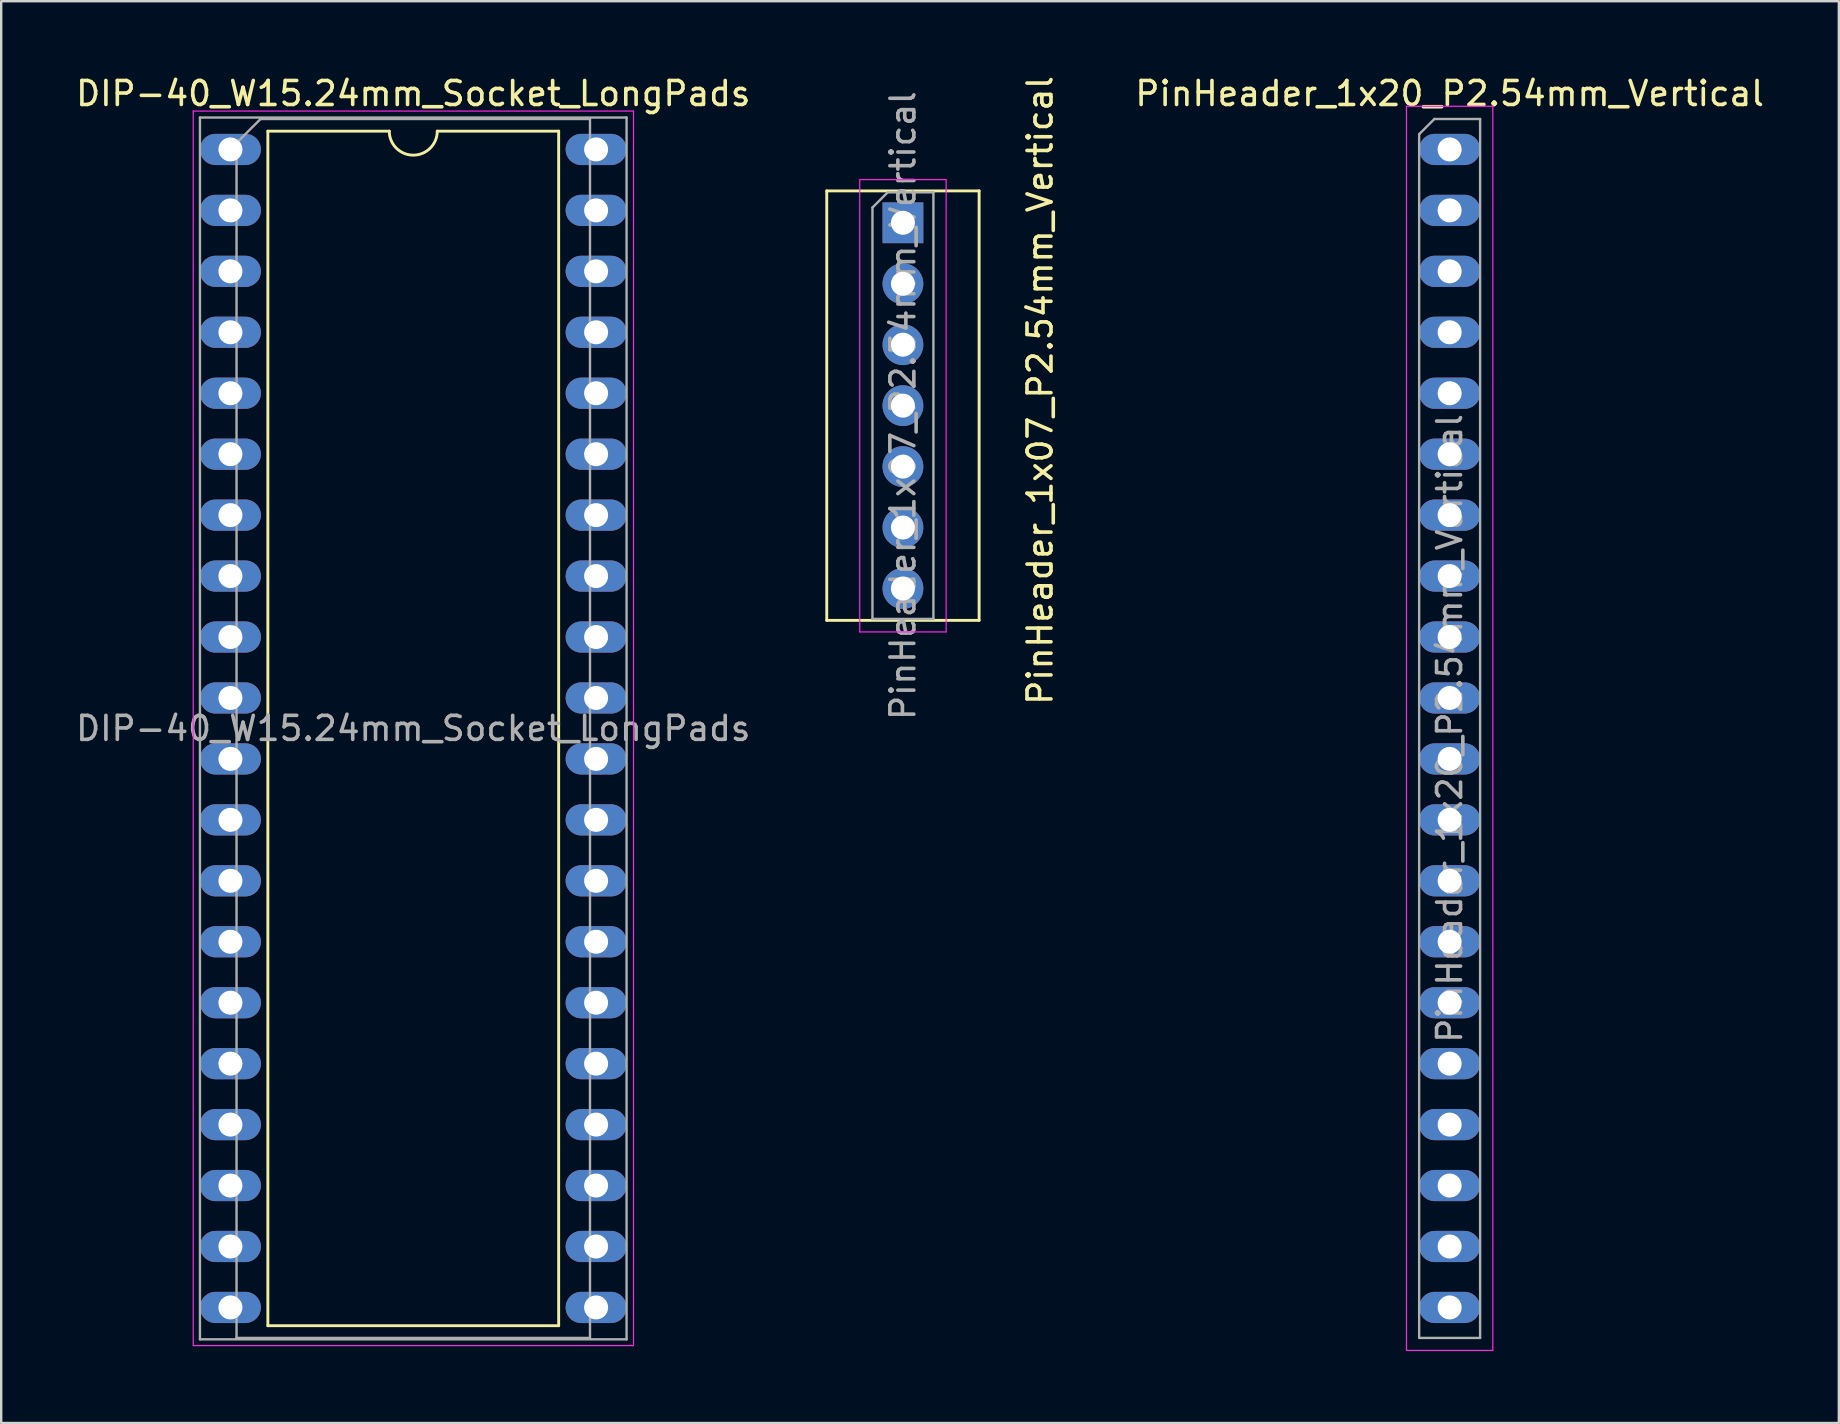
<source format=kicad_pcb>
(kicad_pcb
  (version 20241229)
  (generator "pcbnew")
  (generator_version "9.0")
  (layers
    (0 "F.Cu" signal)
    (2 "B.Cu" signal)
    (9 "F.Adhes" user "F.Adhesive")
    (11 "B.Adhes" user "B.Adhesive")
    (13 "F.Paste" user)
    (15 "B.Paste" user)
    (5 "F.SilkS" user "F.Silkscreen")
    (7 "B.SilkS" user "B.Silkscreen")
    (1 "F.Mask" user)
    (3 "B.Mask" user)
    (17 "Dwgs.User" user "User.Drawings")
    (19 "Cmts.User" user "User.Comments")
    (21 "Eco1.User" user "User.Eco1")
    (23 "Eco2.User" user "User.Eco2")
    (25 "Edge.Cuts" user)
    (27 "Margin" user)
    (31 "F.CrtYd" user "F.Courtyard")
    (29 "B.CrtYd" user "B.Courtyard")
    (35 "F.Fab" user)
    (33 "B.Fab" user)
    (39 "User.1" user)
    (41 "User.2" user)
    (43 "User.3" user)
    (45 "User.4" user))
  (footprint "DIP-40_W15.24mm_Socket_LongPads"
    (layer "F.Cu")
    (at 6.553 3.178)
    (property "Reference" "DIP-40_W15.24mm_Socket_LongPads" (at 7.62 -2.33 0) (layer "F.SilkS") (effects (font (size 1 1) (thickness 0.15))))
    (attr through_hole)
    (fp_line (start 1.56 -0.762) (end 1.56 49.022) (stroke (width 0.12) (type solid)) (layer "F.SilkS"))
    (fp_line (start 1.56 49.022) (end 13.68 49.022) (stroke (width 0.12) (type solid)) (layer "F.SilkS"))
    (fp_line (start 6.62 -0.762) (end 1.56 -0.762) (stroke (width 0.12) (type solid)) (layer "F.SilkS"))
    (fp_line (start 13.68 -0.762) (end 8.62 -0.762) (stroke (width 0.12) (type solid)) (layer "F.SilkS"))
    (fp_line (start 13.68 49.022) (end 13.68 -0.762) (stroke (width 0.12) (type solid)) (layer "F.SilkS"))
    (fp_arc (start 8.62 -0.762) (mid 7.62 0.238) (end 6.62 -0.762) (stroke (width 0.12) (type solid)) (layer "F.SilkS"))
    (fp_line (start -1.55 -1.6) (end -1.55 49.85) (stroke (width 0.05) (type solid)) (layer "F.CrtYd"))
    (fp_line (start -1.55 49.85) (end 16.8 49.85) (stroke (width 0.05) (type solid)) (layer "F.CrtYd"))
    (fp_line (start 16.8 -1.6) (end -1.55 -1.6) (stroke (width 0.05) (type solid)) (layer "F.CrtYd"))
    (fp_line (start 16.8 49.85) (end 16.8 -1.6) (stroke (width 0.05) (type solid)) (layer "F.CrtYd"))
    (fp_line (start -1.27 -1.33) (end -1.27 49.59) (stroke (width 0.1) (type solid)) (layer "F.Fab"))
    (fp_line (start -1.27 49.59) (end 16.51 49.59) (stroke (width 0.1) (type solid)) (layer "F.Fab"))
    (fp_line (start 0.255 -0.27) (end 1.255 -1.27) (stroke (width 0.1) (type solid)) (layer "F.Fab"))
    (fp_line (start 0.255 49.53) (end 0.255 -0.27) (stroke (width 0.1) (type solid)) (layer "F.Fab"))
    (fp_line (start 1.255 -1.27) (end 14.985 -1.27) (stroke (width 0.1) (type solid)) (layer "F.Fab"))
    (fp_line (start 14.985 -1.27) (end 14.985 49.53) (stroke (width 0.1) (type solid)) (layer "F.Fab"))
    (fp_line (start 14.985 49.53) (end 0.255 49.53) (stroke (width 0.1) (type solid)) (layer "F.Fab"))
    (fp_line (start 16.51 -1.33) (end -1.27 -1.33) (stroke (width 0.1) (type solid)) (layer "F.Fab"))
    (fp_line (start 16.51 49.59) (end 16.51 -1.33) (stroke (width 0.1) (type solid)) (layer "F.Fab"))
    (fp_text user "${REFERENCE}" (at 7.62 24.13 0) (layer "F.Fab") (effects (font (size 1 1) (thickness 0.15))))
    (pad "1" thru_hole oval (at 0 0) (size 2.54 1.3) (drill 1) (layers "*.Cu" "*.Mask"))
    (pad "2" thru_hole oval (at 0 2.54) (size 2.54 1.3) (drill 1) (layers "*.Cu" "*.Mask"))
    (pad "3" thru_hole oval (at 0 5.08) (size 2.54 1.3) (drill 1) (layers "*.Cu" "*.Mask"))
    (pad "4" thru_hole oval (at 0 7.62) (size 2.54 1.3) (drill 1) (layers "*.Cu" "*.Mask"))
    (pad "5" thru_hole oval (at 0 10.16) (size 2.54 1.3) (drill 1) (layers "*.Cu" "*.Mask"))
    (pad "6" thru_hole oval (at 0 12.7) (size 2.54 1.3) (drill 1) (layers "*.Cu" "*.Mask"))
    (pad "7" thru_hole oval (at 0 15.24) (size 2.54 1.3) (drill 1) (layers "*.Cu" "*.Mask"))
    (pad "8" thru_hole oval (at 0 17.78) (size 2.54 1.3) (drill 1) (layers "*.Cu" "*.Mask"))
    (pad "9" thru_hole oval (at 0 20.32) (size 2.54 1.3) (drill 1) (layers "*.Cu" "*.Mask"))
    (pad "10" thru_hole oval (at 0 22.86) (size 2.54 1.3) (drill 1) (layers "*.Cu" "*.Mask"))
    (pad "11" thru_hole oval (at 0 25.4) (size 2.54 1.3) (drill 1) (layers "*.Cu" "*.Mask"))
    (pad "12" thru_hole oval (at 0 27.94) (size 2.54 1.3) (drill 1) (layers "*.Cu" "*.Mask"))
    (pad "13" thru_hole oval (at 0 30.48) (size 2.54 1.3) (drill 1) (layers "*.Cu" "*.Mask"))
    (pad "14" thru_hole oval (at 0 33.02) (size 2.54 1.3) (drill 1) (layers "*.Cu" "*.Mask"))
    (pad "15" thru_hole oval (at 0 35.56) (size 2.54 1.3) (drill 1) (layers "*.Cu" "*.Mask"))
    (pad "16" thru_hole oval (at 0 38.1) (size 2.54 1.3) (drill 1) (layers "*.Cu" "*.Mask"))
    (pad "17" thru_hole oval (at 0 40.64) (size 2.54 1.3) (drill 1) (layers "*.Cu" "*.Mask"))
    (pad "18" thru_hole oval (at 0 43.18) (size 2.54 1.3) (drill 1) (layers "*.Cu" "*.Mask"))
    (pad "19" thru_hole oval (at 0 45.72) (size 2.54 1.3) (drill 1) (layers "*.Cu" "*.Mask"))
    (pad "20" thru_hole oval (at 0 48.26) (size 2.54 1.3) (drill 1) (layers "*.Cu" "*.Mask"))
    (pad "21" thru_hole oval (at 15.24 48.26) (size 2.54 1.3) (drill 1) (layers "*.Cu" "*.Mask"))
    (pad "22" thru_hole oval (at 15.24 45.72) (size 2.54 1.3) (drill 1) (layers "*.Cu" "*.Mask"))
    (pad "23" thru_hole oval (at 15.24 43.18) (size 2.54 1.3) (drill 1) (layers "*.Cu" "*.Mask"))
    (pad "24" thru_hole oval (at 15.24 40.64) (size 2.54 1.3) (drill 1) (layers "*.Cu" "*.Mask"))
    (pad "25" thru_hole oval (at 15.24 38.1) (size 2.54 1.3) (drill 1) (layers "*.Cu" "*.Mask"))
    (pad "26" thru_hole oval (at 15.24 35.56) (size 2.54 1.3) (drill 1) (layers "*.Cu" "*.Mask"))
    (pad "27" thru_hole oval (at 15.24 33.02) (size 2.54 1.3) (drill 1) (layers "*.Cu" "*.Mask"))
    (pad "28" thru_hole oval (at 15.24 30.48) (size 2.54 1.3) (drill 1) (layers "*.Cu" "*.Mask"))
    (pad "29" thru_hole oval (at 15.24 27.94) (size 2.54 1.3) (drill 1) (layers "*.Cu" "*.Mask"))
    (pad "30" thru_hole oval (at 15.24 25.4) (size 2.54 1.3) (drill 1) (layers "*.Cu" "*.Mask"))
    (pad "31" thru_hole oval (at 15.24 22.86) (size 2.54 1.3) (drill 1) (layers "*.Cu" "*.Mask"))
    (pad "32" thru_hole oval (at 15.24 20.32) (size 2.54 1.3) (drill 1) (layers "*.Cu" "*.Mask"))
    (pad "33" thru_hole oval (at 15.24 17.78) (size 2.54 1.3) (drill 1) (layers "*.Cu" "*.Mask"))
    (pad "34" thru_hole oval (at 15.24 15.24) (size 2.54 1.3) (drill 1) (layers "*.Cu" "*.Mask"))
    (pad "35" thru_hole oval (at 15.24 12.7) (size 2.54 1.3) (drill 1) (layers "*.Cu" "*.Mask"))
    (pad "36" thru_hole oval (at 15.24 10.16) (size 2.54 1.3) (drill 1) (layers "*.Cu" "*.Mask"))
    (pad "37" thru_hole oval (at 15.24 7.62) (size 2.54 1.3) (drill 1) (layers "*.Cu" "*.Mask"))
    (pad "38" thru_hole oval (at 15.24 5.08) (size 2.54 1.3) (drill 1) (layers "*.Cu" "*.Mask"))
    (pad "39" thru_hole oval (at 15.24 2.54) (size 2.54 1.3) (drill 1) (layers "*.Cu" "*.Mask"))
    (pad "40" thru_hole oval (at 15.24 0) (size 2.54 1.3) (drill 1) (layers "*.Cu" "*.Mask")))
  (footprint "PinHeader_1x07_P2.54mm_Vertical"
    (layer "F.Cu")
    (at 34.58 6.235)
    (property "Reference" "PinHeader_1x07_P2.54mm_Vertical" (at 5.715 6.985 90) (layer "F.SilkS") (effects (font (size 1 1) (thickness 0.15))))
    (attr through_hole)
    (fp_line (start -3.175 -1.33) (end -3.175 16.57) (stroke (width 0.12) (type solid)) (layer "F.SilkS"))
    (fp_line (start -3.175 -1.33) (end 3.175 -1.33) (stroke (width 0.12) (type solid)) (layer "F.SilkS"))
    (fp_line (start -3.175 16.57) (end 3.175 16.57) (stroke (width 0.12) (type solid)) (layer "F.SilkS"))
    (fp_line (start 3.175 -1.33) (end 3.175 16.57) (stroke (width 0.12) (type solid)) (layer "F.SilkS"))
    (fp_line (start -1.8 -1.8) (end -1.8 17.05) (stroke (width 0.05) (type solid)) (layer "F.CrtYd"))
    (fp_line (start -1.8 17.05) (end 1.8 17.05) (stroke (width 0.05) (type solid)) (layer "F.CrtYd"))
    (fp_line (start 1.8 -1.8) (end -1.8 -1.8) (stroke (width 0.05) (type solid)) (layer "F.CrtYd"))
    (fp_line (start 1.8 17.05) (end 1.8 -1.8) (stroke (width 0.05) (type solid)) (layer "F.CrtYd"))
    (fp_line (start -1.27 -0.635) (end -0.635 -1.27) (stroke (width 0.1) (type solid)) (layer "F.Fab"))
    (fp_line (start -1.27 16.51) (end -1.27 -0.635) (stroke (width 0.1) (type solid)) (layer "F.Fab"))
    (fp_line (start -0.635 -1.27) (end 1.27 -1.27) (stroke (width 0.1) (type solid)) (layer "F.Fab"))
    (fp_line (start 1.27 -1.27) (end 1.27 16.51) (stroke (width 0.1) (type solid)) (layer "F.Fab"))
    (fp_line (start 1.27 16.51) (end -1.27 16.51) (stroke (width 0.1) (type solid)) (layer "F.Fab"))
    (fp_text user "${REFERENCE}" (at 0 7.62 270) (layer "F.Fab") (effects (font (size 1 1) (thickness 0.15))))
    (pad "1" thru_hole rect (at 0 0) (size 1.7 1.7) (drill 1) (layers "*.Cu" "*.Mask"))
    (pad "2" thru_hole oval (at 0 2.54) (size 1.7 1.7) (drill 1) (layers "*.Cu" "*.Mask"))
    (pad "3" thru_hole oval (at 0 5.08) (size 1.7 1.7) (drill 1) (layers "*.Cu" "*.Mask"))
    (pad "4" thru_hole oval (at 0 7.62) (size 1.7 1.7) (drill 1) (layers "*.Cu" "*.Mask"))
    (pad "5" thru_hole oval (at 0 10.16) (size 1.7 1.7) (drill 1) (layers "*.Cu" "*.Mask"))
    (pad "6" thru_hole oval (at 0 12.7) (size 1.7 1.7) (drill 1) (layers "*.Cu" "*.Mask"))
    (pad "7" thru_hole oval (at 0 15.24) (size 1.7 1.7) (drill 1) (layers "*.Cu" "*.Mask")))
  (footprint "PinHeader_1x20_P2.54mm_Vertical"
    (layer "F.Cu")
    (at 57.364 3.178)
    (property "Reference" "PinHeader_1x20_P2.54mm_Vertical" (at 0 -2.33 0) (layer "F.SilkS") (effects (font (size 1 1) (thickness 0.15))))
    (attr through_hole)
    (fp_line (start -1.8 -1.8) (end -1.8 50.05) (stroke (width 0.05) (type solid)) (layer "F.CrtYd"))
    (fp_line (start -1.8 50.05) (end 1.8 50.05) (stroke (width 0.05) (type solid)) (layer "F.CrtYd"))
    (fp_line (start 1.8 -1.8) (end -1.8 -1.8) (stroke (width 0.05) (type solid)) (layer "F.CrtYd"))
    (fp_line (start 1.8 50.05) (end 1.8 -1.8) (stroke (width 0.05) (type solid)) (layer "F.CrtYd"))
    (fp_line (start -1.27 -0.635) (end -0.635 -1.27) (stroke (width 0.1) (type solid)) (layer "F.Fab"))
    (fp_line (start -1.27 49.53) (end -1.27 -0.635) (stroke (width 0.1) (type solid)) (layer "F.Fab"))
    (fp_line (start -0.635 -1.27) (end 1.27 -1.27) (stroke (width 0.1) (type solid)) (layer "F.Fab"))
    (fp_line (start 1.27 -1.27) (end 1.27 49.53) (stroke (width 0.1) (type solid)) (layer "F.Fab"))
    (fp_line (start 1.27 49.53) (end -1.27 49.53) (stroke (width 0.1) (type solid)) (layer "F.Fab"))
    (fp_text user "${REFERENCE}" (at 0 24.13 90) (layer "F.Fab") (effects (font (size 1 1) (thickness 0.15))))
    (pad "1" thru_hole oval (at 0 0) (size 2.54 1.3) (drill 1) (layers "*.Cu" "*.Mask"))
    (pad "2" thru_hole oval (at 0 2.54) (size 2.54 1.3) (drill 1) (layers "*.Cu" "*.Mask"))
    (pad "3" thru_hole oval (at 0 5.08) (size 2.54 1.3) (drill 1) (layers "*.Cu" "*.Mask"))
    (pad "4" thru_hole oval (at 0 7.62) (size 2.54 1.3) (drill 1) (layers "*.Cu" "*.Mask"))
    (pad "5" thru_hole oval (at 0 10.16) (size 2.54 1.3) (drill 1) (layers "*.Cu" "*.Mask"))
    (pad "6" thru_hole oval (at 0 12.7) (size 2.54 1.3) (drill 1) (layers "*.Cu" "*.Mask"))
    (pad "7" thru_hole oval (at 0 15.24) (size 2.54 1.3) (drill 1) (layers "*.Cu" "*.Mask"))
    (pad "8" thru_hole oval (at 0 17.78) (size 2.54 1.3) (drill 1) (layers "*.Cu" "*.Mask"))
    (pad "9" thru_hole oval (at 0 20.32) (size 2.54 1.3) (drill 1) (layers "*.Cu" "*.Mask"))
    (pad "10" thru_hole oval (at 0 22.86) (size 2.54 1.3) (drill 1) (layers "*.Cu" "*.Mask"))
    (pad "11" thru_hole oval (at 0 25.4) (size 2.54 1.3) (drill 1) (layers "*.Cu" "*.Mask"))
    (pad "12" thru_hole oval (at 0 27.94) (size 2.54 1.3) (drill 1) (layers "*.Cu" "*.Mask"))
    (pad "13" thru_hole oval (at 0 30.48) (size 2.54 1.3) (drill 1) (layers "*.Cu" "*.Mask"))
    (pad "14" thru_hole oval (at 0 33.02) (size 2.54 1.3) (drill 1) (layers "*.Cu" "*.Mask"))
    (pad "15" thru_hole oval (at 0 35.56) (size 2.54 1.3) (drill 1) (layers "*.Cu" "*.Mask"))
    (pad "16" thru_hole oval (at 0 38.1) (size 2.54 1.3) (drill 1) (layers "*.Cu" "*.Mask"))
    (pad "17" thru_hole oval (at 0 40.64) (size 2.54 1.3) (drill 1) (layers "*.Cu" "*.Mask"))
    (pad "18" thru_hole oval (at 0 43.18) (size 2.54 1.3) (drill 1) (layers "*.Cu" "*.Mask"))
    (pad "19" thru_hole oval (at 0 45.72) (size 2.54 1.3) (drill 1) (layers "*.Cu" "*.Mask"))
    (pad "20" thru_hole oval (at 0 48.26) (size 2.54 1.3) (drill 1) (layers "*.Cu" "*.Mask")))
  (gr_rect
    (start -3 -3)
    (end 73.584 56.253)
    (stroke (width 0.1) (type default))
    (fill no)
    (layer "Edge.Cuts")))
</source>
